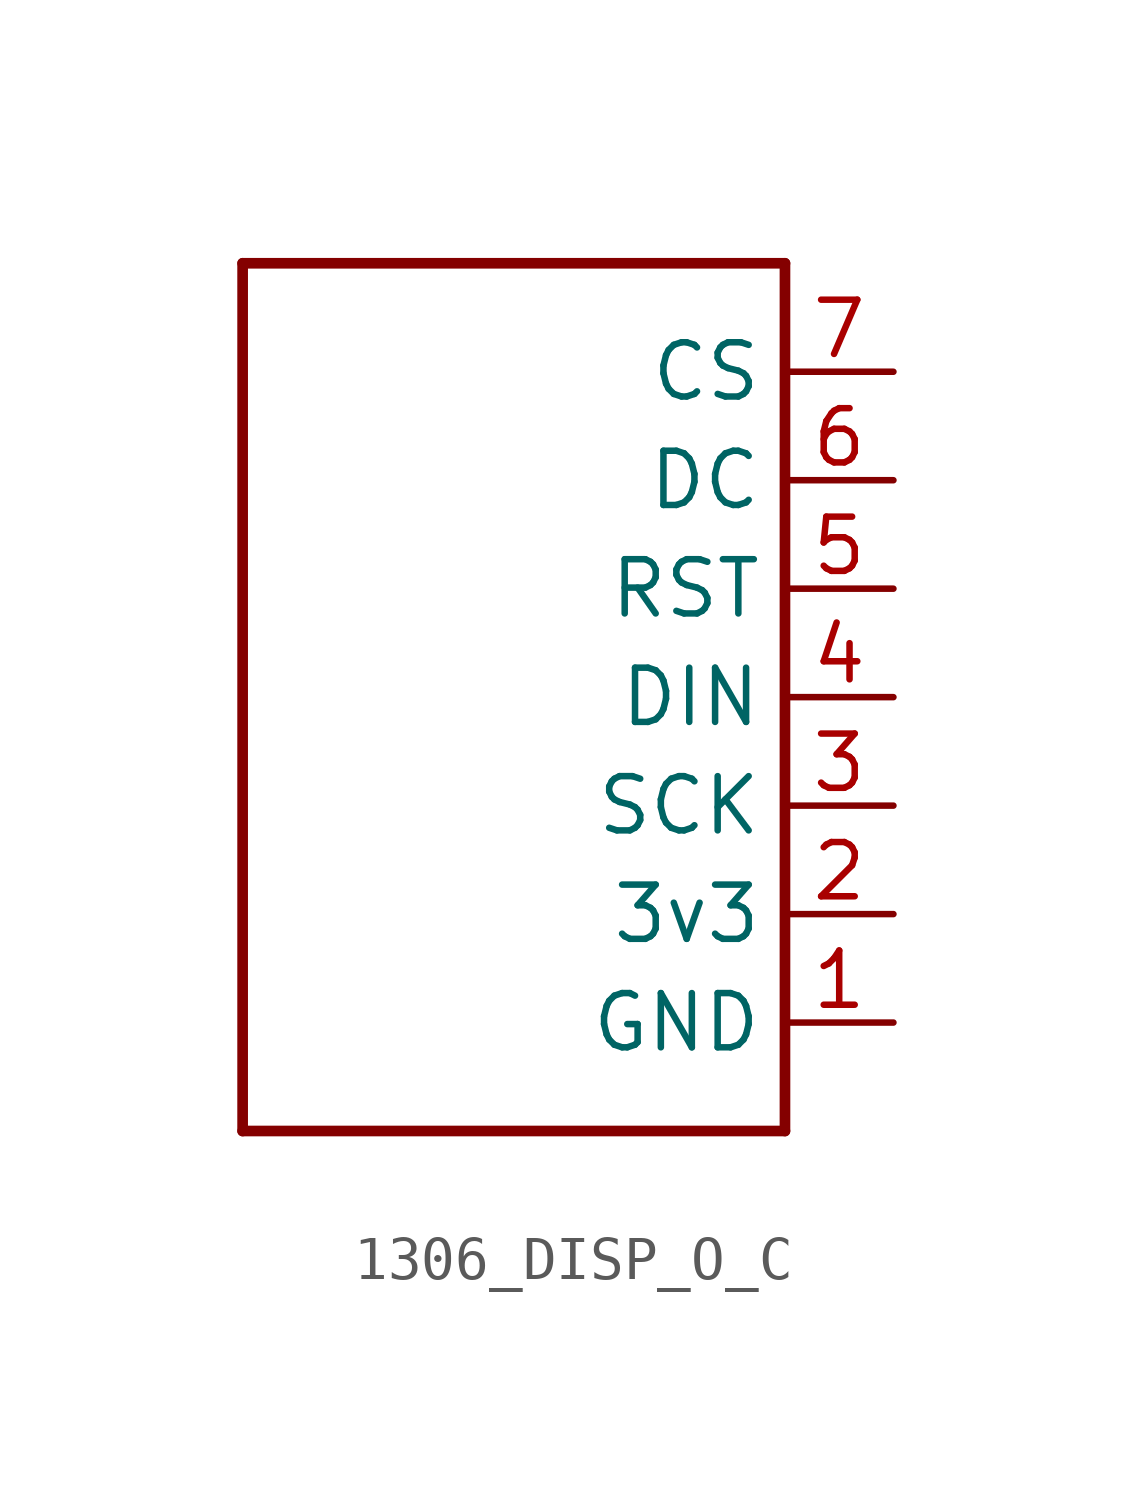
<source format=kicad_sym>
(kicad_symbol_lib
  (version 20231120)
  (generator "kicad_symbol_editor")
  (generator_version "8.0")
  (symbol "1306_DISP_O_C"
    (property "Reference" "U"
      (at 0 0 0)
      (effects (font (size 1.27 1.27)) (hide yes)))
    (property "ki_locked" ""
      (at 0 0 0)
      (effects (font (size 1.27 1.27))))
    (symbol "1306_DISP_O_C_1_0"
      (polyline (pts (xy -6.35 -10.16) (xy -6.35 10.16)) (stroke (width 0.25) (type solid)) (fill (type none)))
      (polyline (pts (xy -6.35 10.16) (xy 6.35 10.16)) (stroke (width 0.25) (type solid)) (fill (type none)))
      (polyline (pts (xy 6.35 -10.16) (xy -6.35 -10.16)) (stroke (width 0.25) (type solid)) (fill (type none)))
      (polyline (pts (xy 6.35 10.16) (xy 6.35 -10.16)) (stroke (width 0.25) (type solid)) (fill (type none)))
      (pin power_in line (at 8.89 -7.62 180) (length 2.54) (name "GND" (effects (font (size 1.27 1.27)))) (number "1" (effects (font (size 1.27 1.27)))))
      (pin power_in line (at 8.89 -5.08 180) (length 2.54) (name "3v3" (effects (font (size 1.27 1.27)))) (number "2" (effects (font (size 1.27 1.27)))))
      (pin input line (at 8.89 -2.54 180) (length 2.54) (name "SCK" (effects (font (size 1.27 1.27)))) (number "3" (effects (font (size 1.27 1.27)))))
      (pin input line (at 8.89 0 180) (length 2.54) (name "DIN" (effects (font (size 1.27 1.27)))) (number "4" (effects (font (size 1.27 1.27)))))
      (pin input line (at 8.89 2.54 180) (length 2.54) (name "RST" (effects (font (size 1.27 1.27)))) (number "5" (effects (font (size 1.27 1.27)))))
      (pin input line (at 8.89 5.08 180) (length 2.54) (name "DC" (effects (font (size 1.27 1.27)))) (number "6" (effects (font (size 1.27 1.27)))))
      (pin input line (at 8.89 7.62 180) (length 2.54) (name "CS" (effects (font (size 1.27 1.27)))) (number "7" (effects (font (size 1.27 1.27))))))))
</source>
